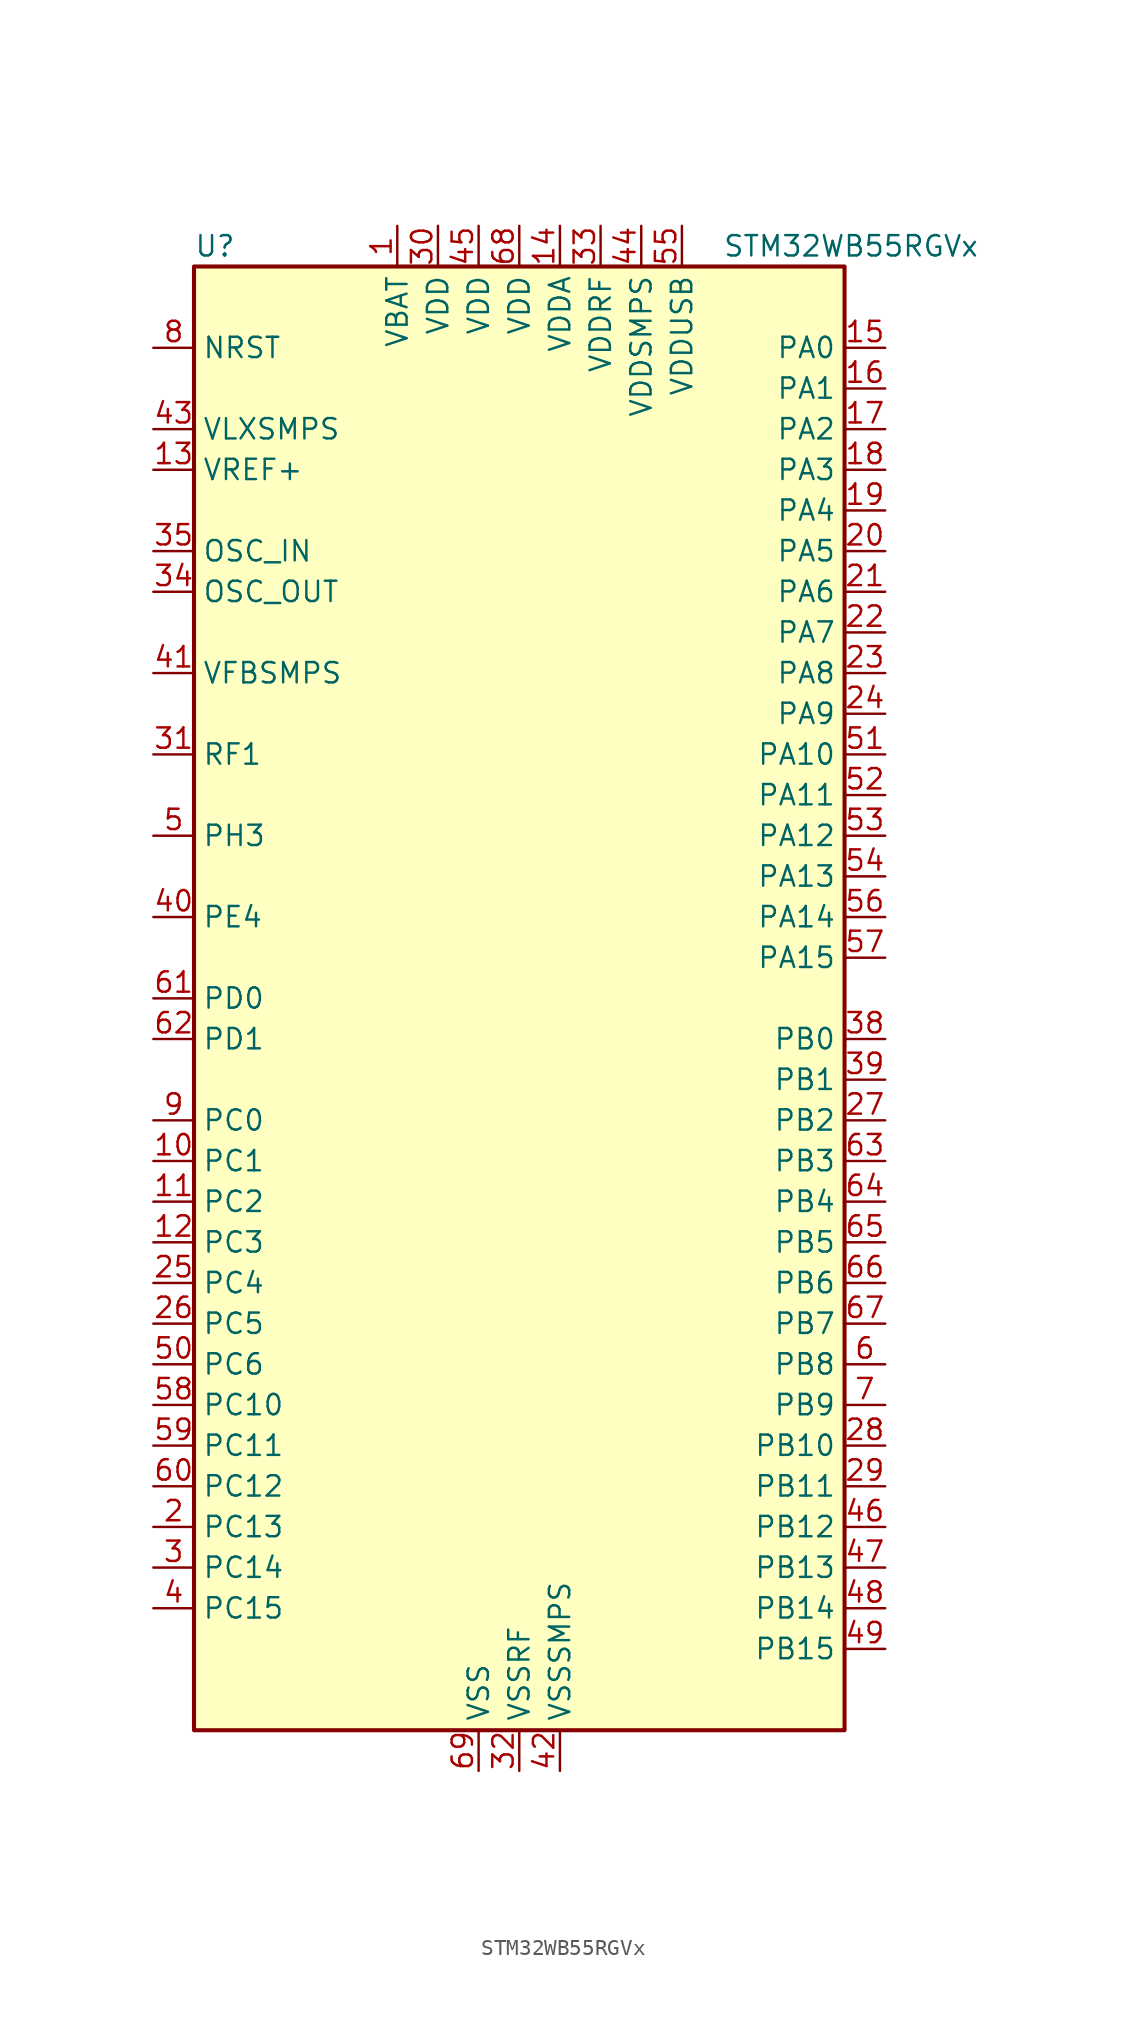
<source format=kicad_sym>
(kicad_symbol_lib
  (version 20231120)
  (generator "kicad-library-utils")
  (generator_version "8.0")
  (symbol "STM32WB55RGVx"
    (property "Reference" "U"
      (at -20.32 46.99 0)
      (effects (font (size 1.27 1.27)) (justify left)))
    (property "Value" "STM32WB55RGVx"
      (at 12.7 46.99 0)
      (effects (font (size 1.27 1.27)) (justify left)))
    (symbol "STM32WB55RGVx_0_1"
      (rectangle (start -20.32 -45.72) (end 20.32 45.72) (stroke (width 0.254) (type default)) (fill (type background))))
    (symbol "STM32WB55RGVx_1_1"
      (pin power_in line (at -7.62 48.26 270) (length 2.54) (name "VBAT" (effects (font (size 1.27 1.27)))) (number "1" (effects (font (size 1.27 1.27)))))
      (pin bidirectional line (at -22.86 -10.16 0) (length 2.54) (name "PC1" (effects (font (size 1.27 1.27)))) (number "10" (effects (font (size 1.27 1.27)))) (alternate "ADC1_IN2" bidirectional line) (alternate "I2C3_SDA" bidirectional line) (alternate "LCD_SEG19" bidirectional line) (alternate "LPTIM1_OUT" bidirectional line) (alternate "LPUART1_TX" bidirectional line) (alternate "SPI2_MOSI" bidirectional line))
      (pin bidirectional line (at -22.86 -12.7 0) (length 2.54) (name "PC2" (effects (font (size 1.27 1.27)))) (number "11" (effects (font (size 1.27 1.27)))) (alternate "ADC1_IN3" bidirectional line) (alternate "LCD_SEG20" bidirectional line) (alternate "LPTIM1_IN2" bidirectional line) (alternate "SPI2_MISO" bidirectional line))
      (pin bidirectional line (at -22.86 -15.24 0) (length 2.54) (name "PC3" (effects (font (size 1.27 1.27)))) (number "12" (effects (font (size 1.27 1.27)))) (alternate "ADC1_IN4" bidirectional line) (alternate "LCD_VLCD" bidirectional line) (alternate "LPTIM1_ETR" bidirectional line) (alternate "LPTIM2_ETR" bidirectional line) (alternate "SAI1_D1" bidirectional line) (alternate "SAI1_SD_A" bidirectional line) (alternate "SPI2_MOSI" bidirectional line))
      (pin input line (at -22.86 33.02 0) (length 2.54) (name "VREF+" (effects (font (size 1.27 1.27)))) (number "13" (effects (font (size 1.27 1.27)))) (alternate "VREFBUF_OUT" bidirectional line))
      (pin power_in line (at 2.54 48.26 270) (length 2.54) (name "VDDA" (effects (font (size 1.27 1.27)))) (number "14" (effects (font (size 1.27 1.27)))))
      (pin bidirectional line (at 22.86 40.64 180) (length 2.54) (name "PA0" (effects (font (size 1.27 1.27)))) (number "15" (effects (font (size 1.27 1.27)))) (alternate "ADC1_IN5" bidirectional line) (alternate "COMP1_INM" bidirectional line) (alternate "COMP1_OUT" bidirectional line) (alternate "RTC_TAMP2" bidirectional line) (alternate "SAI1_EXTCLK" bidirectional line) (alternate "SYS_WKUP1" bidirectional line) (alternate "TIM2_CH1" bidirectional line) (alternate "TIM2_ETR" bidirectional line))
      (pin bidirectional line (at 22.86 38.1 180) (length 2.54) (name "PA1" (effects (font (size 1.27 1.27)))) (number "16" (effects (font (size 1.27 1.27)))) (alternate "ADC1_IN6" bidirectional line) (alternate "COMP1_INP" bidirectional line) (alternate "I2C1_SMBA" bidirectional line) (alternate "LCD_SEG0" bidirectional line) (alternate "SPI1_SCK" bidirectional line) (alternate "TIM2_CH2" bidirectional line))
      (pin bidirectional line (at 22.86 35.56 180) (length 2.54) (name "PA2" (effects (font (size 1.27 1.27)))) (number "17" (effects (font (size 1.27 1.27)))) (alternate "ADC1_IN7" bidirectional line) (alternate "COMP2_INM" bidirectional line) (alternate "COMP2_OUT" bidirectional line) (alternate "LCD_SEG1" bidirectional line) (alternate "LPUART1_TX" bidirectional line) (alternate "QUADSPI_BK1_NCS" bidirectional line) (alternate "RCC_LSCO" bidirectional line) (alternate "SYS_WKUP4" bidirectional line) (alternate "TIM2_CH3" bidirectional line))
      (pin bidirectional line (at 22.86 33.02 180) (length 2.54) (name "PA3" (effects (font (size 1.27 1.27)))) (number "18" (effects (font (size 1.27 1.27)))) (alternate "ADC1_IN8" bidirectional line) (alternate "COMP2_INP" bidirectional line) (alternate "LCD_SEG2" bidirectional line) (alternate "LPUART1_RX" bidirectional line) (alternate "QUADSPI_CLK" bidirectional line) (alternate "SAI1_CK1" bidirectional line) (alternate "SAI1_MCLK_A" bidirectional line) (alternate "TIM2_CH4" bidirectional line))
      (pin bidirectional line (at 22.86 30.48 180) (length 2.54) (name "PA4" (effects (font (size 1.27 1.27)))) (number "19" (effects (font (size 1.27 1.27)))) (alternate "ADC1_IN9" bidirectional line) (alternate "COMP1_INM" bidirectional line) (alternate "COMP2_INM" bidirectional line) (alternate "LCD_SEG5" bidirectional line) (alternate "LPTIM2_OUT" bidirectional line) (alternate "SAI1_FS_B" bidirectional line) (alternate "SPI1_NSS" bidirectional line))
      (pin bidirectional line (at -22.86 -33.02 0) (length 2.54) (name "PC13" (effects (font (size 1.27 1.27)))) (number "2" (effects (font (size 1.27 1.27)))) (alternate "RTC_OUT1" bidirectional line) (alternate "RTC_TAMP1" bidirectional line) (alternate "RTC_TS" bidirectional line) (alternate "SYS_WKUP2" bidirectional line))
      (pin bidirectional line (at 22.86 27.94 180) (length 2.54) (name "PA5" (effects (font (size 1.27 1.27)))) (number "20" (effects (font (size 1.27 1.27)))) (alternate "ADC1_IN10" bidirectional line) (alternate "COMP1_INM" bidirectional line) (alternate "COMP2_INM" bidirectional line) (alternate "LPTIM2_ETR" bidirectional line) (alternate "SAI1_SD_B" bidirectional line) (alternate "SPI1_SCK" bidirectional line) (alternate "TIM2_CH1" bidirectional line) (alternate "TIM2_ETR" bidirectional line))
      (pin bidirectional line (at 22.86 25.4 180) (length 2.54) (name "PA6" (effects (font (size 1.27 1.27)))) (number "21" (effects (font (size 1.27 1.27)))) (alternate "ADC1_IN11" bidirectional line) (alternate "LCD_SEG3" bidirectional line) (alternate "LPUART1_CTS" bidirectional line) (alternate "QUADSPI_BK1_IO3" bidirectional line) (alternate "SPI1_MISO" bidirectional line) (alternate "TIM16_CH1" bidirectional line) (alternate "TIM1_BKIN" bidirectional line))
      (pin bidirectional line (at 22.86 22.86 180) (length 2.54) (name "PA7" (effects (font (size 1.27 1.27)))) (number "22" (effects (font (size 1.27 1.27)))) (alternate "ADC1_IN12" bidirectional line) (alternate "COMP2_OUT" bidirectional line) (alternate "I2C3_SCL" bidirectional line) (alternate "LCD_SEG4" bidirectional line) (alternate "QUADSPI_BK1_IO2" bidirectional line) (alternate "SPI1_MOSI" bidirectional line) (alternate "TIM17_CH1" bidirectional line) (alternate "TIM1_CH1N" bidirectional line))
      (pin bidirectional line (at 22.86 20.32 180) (length 2.54) (name "PA8" (effects (font (size 1.27 1.27)))) (number "23" (effects (font (size 1.27 1.27)))) (alternate "ADC1_IN15" bidirectional line) (alternate "LCD_COM0" bidirectional line) (alternate "LPTIM2_OUT" bidirectional line) (alternate "RCC_MCO" bidirectional line) (alternate "SAI1_CK2" bidirectional line) (alternate "SAI1_SCK_A" bidirectional line) (alternate "TIM1_CH1" bidirectional line) (alternate "USART1_CK" bidirectional line))
      (pin bidirectional line (at 22.86 17.78 180) (length 2.54) (name "PA9" (effects (font (size 1.27 1.27)))) (number "24" (effects (font (size 1.27 1.27)))) (alternate "ADC1_IN16" bidirectional line) (alternate "COMP1_INM" bidirectional line) (alternate "I2C1_SCL" bidirectional line) (alternate "LCD_COM1" bidirectional line) (alternate "SAI1_D2" bidirectional line) (alternate "SAI1_FS_A" bidirectional line) (alternate "SPI2_SCK" bidirectional line) (alternate "TIM1_CH2" bidirectional line) (alternate "USART1_TX" bidirectional line))
      (pin bidirectional line (at -22.86 -17.78 0) (length 2.54) (name "PC4" (effects (font (size 1.27 1.27)))) (number "25" (effects (font (size 1.27 1.27)))) (alternate "ADC1_IN13" bidirectional line) (alternate "COMP1_INM" bidirectional line) (alternate "LCD_SEG22" bidirectional line))
      (pin bidirectional line (at -22.86 -20.32 0) (length 2.54) (name "PC5" (effects (font (size 1.27 1.27)))) (number "26" (effects (font (size 1.27 1.27)))) (alternate "ADC1_IN14" bidirectional line) (alternate "COMP1_INP" bidirectional line) (alternate "LCD_SEG23" bidirectional line) (alternate "SAI1_D3" bidirectional line) (alternate "SYS_WKUP5" bidirectional line))
      (pin bidirectional line (at 22.86 -7.62 180) (length 2.54) (name "PB2" (effects (font (size 1.27 1.27)))) (number "27" (effects (font (size 1.27 1.27)))) (alternate "COMP1_INP" bidirectional line) (alternate "I2C3_SMBA" bidirectional line) (alternate "LCD_VLCD" bidirectional line) (alternate "LPTIM1_OUT" bidirectional line) (alternate "RTC_OUT2" bidirectional line) (alternate "SAI1_EXTCLK" bidirectional line) (alternate "SPI1_NSS" bidirectional line))
      (pin bidirectional line (at 22.86 -27.94 180) (length 2.54) (name "PB10" (effects (font (size 1.27 1.27)))) (number "28" (effects (font (size 1.27 1.27)))) (alternate "COMP1_OUT" bidirectional line) (alternate "I2C3_SCL" bidirectional line) (alternate "LCD_SEG10" bidirectional line) (alternate "LPUART1_RX" bidirectional line) (alternate "QUADSPI_CLK" bidirectional line) (alternate "SAI1_SCK_A" bidirectional line) (alternate "SPI2_SCK" bidirectional line) (alternate "TIM2_CH3" bidirectional line) (alternate "TSC_SYNC" bidirectional line))
      (pin bidirectional line (at 22.86 -30.48 180) (length 2.54) (name "PB11" (effects (font (size 1.27 1.27)))) (number "29" (effects (font (size 1.27 1.27)))) (alternate "ADC1_EXTI11" bidirectional line) (alternate "COMP2_OUT" bidirectional line) (alternate "I2C3_SDA" bidirectional line) (alternate "LCD_SEG11" bidirectional line) (alternate "LPUART1_TX" bidirectional line) (alternate "QUADSPI_BK1_NCS" bidirectional line) (alternate "TIM2_CH4" bidirectional line))
      (pin bidirectional line (at -22.86 -35.56 0) (length 2.54) (name "PC14" (effects (font (size 1.27 1.27)))) (number "3" (effects (font (size 1.27 1.27)))) (alternate "RCC_OSC32_IN" bidirectional line))
      (pin power_in line (at -5.08 48.26 270) (length 2.54) (name "VDD" (effects (font (size 1.27 1.27)))) (number "30" (effects (font (size 1.27 1.27)))))
      (pin bidirectional line (at -22.86 15.24 0) (length 2.54) (name "RF1" (effects (font (size 1.27 1.27)))) (number "31" (effects (font (size 1.27 1.27)))) (alternate "RF_RF1" bidirectional line))
      (pin power_in line (at 0 -48.26 90) (length 2.54) (name "VSSRF" (effects (font (size 1.27 1.27)))) (number "32" (effects (font (size 1.27 1.27)))))
      (pin power_in line (at 5.08 48.26 270) (length 2.54) (name "VDDRF" (effects (font (size 1.27 1.27)))) (number "33" (effects (font (size 1.27 1.27)))))
      (pin input line (at -22.86 25.4 0) (length 2.54) (name "OSC_OUT" (effects (font (size 1.27 1.27)))) (number "34" (effects (font (size 1.27 1.27)))) (alternate "RCC_OSC_OUT" bidirectional line))
      (pin input line (at -22.86 27.94 0) (length 2.54) (name "OSC_IN" (effects (font (size 1.27 1.27)))) (number "35" (effects (font (size 1.27 1.27)))) (alternate "RCC_OSC_IN" bidirectional line))
      (pin no_connect line (at -20.32 -45.72 0) (length 2.54) hide (name "AT0" (effects (font (size 1.27 1.27)))) (number "36" (effects (font (size 1.27 1.27)))))
      (pin no_connect line (at -20.32 -43.18 0) (length 2.54) hide (name "AT1" (effects (font (size 1.27 1.27)))) (number "37" (effects (font (size 1.27 1.27)))))
      (pin bidirectional line (at 22.86 -2.54 180) (length 2.54) (name "PB0" (effects (font (size 1.27 1.27)))) (number "38" (effects (font (size 1.27 1.27)))) (alternate "COMP1_OUT" bidirectional line) (alternate "RF_TX_MOD_EXT_PA" bidirectional line))
      (pin bidirectional line (at 22.86 -5.08 180) (length 2.54) (name "PB1" (effects (font (size 1.27 1.27)))) (number "39" (effects (font (size 1.27 1.27)))) (alternate "LPTIM2_IN1" bidirectional line) (alternate "LPUART1_DE" bidirectional line) (alternate "LPUART1_RTS" bidirectional line))
      (pin bidirectional line (at -22.86 -38.1 0) (length 2.54) (name "PC15" (effects (font (size 1.27 1.27)))) (number "4" (effects (font (size 1.27 1.27)))) (alternate "ADC1_EXTI15" bidirectional line) (alternate "RCC_OSC32_OUT" bidirectional line))
      (pin bidirectional line (at -22.86 5.08 0) (length 2.54) (name "PE4" (effects (font (size 1.27 1.27)))) (number "40" (effects (font (size 1.27 1.27)))))
      (pin input line (at -22.86 20.32 0) (length 2.54) (name "VFBSMPS" (effects (font (size 1.27 1.27)))) (number "41" (effects (font (size 1.27 1.27)))))
      (pin power_in line (at 2.54 -48.26 90) (length 2.54) (name "VSSSMPS" (effects (font (size 1.27 1.27)))) (number "42" (effects (font (size 1.27 1.27)))))
      (pin power_in line (at -22.86 35.56 0) (length 2.54) (name "VLXSMPS" (effects (font (size 1.27 1.27)))) (number "43" (effects (font (size 1.27 1.27)))))
      (pin power_in line (at 7.62 48.26 270) (length 2.54) (name "VDDSMPS" (effects (font (size 1.27 1.27)))) (number "44" (effects (font (size 1.27 1.27)))))
      (pin power_in line (at -2.54 48.26 270) (length 2.54) (name "VDD" (effects (font (size 1.27 1.27)))) (number "45" (effects (font (size 1.27 1.27)))))
      (pin bidirectional line (at 22.86 -33.02 180) (length 2.54) (name "PB12" (effects (font (size 1.27 1.27)))) (number "46" (effects (font (size 1.27 1.27)))) (alternate "I2C3_SMBA" bidirectional line) (alternate "LCD_SEG12" bidirectional line) (alternate "LPUART1_DE" bidirectional line) (alternate "LPUART1_RTS" bidirectional line) (alternate "SAI1_FS_A" bidirectional line) (alternate "SPI2_NSS" bidirectional line) (alternate "TIM1_BKIN" bidirectional line) (alternate "TSC_G1_IO1" bidirectional line))
      (pin bidirectional line (at 22.86 -35.56 180) (length 2.54) (name "PB13" (effects (font (size 1.27 1.27)))) (number "47" (effects (font (size 1.27 1.27)))) (alternate "I2C3_SCL" bidirectional line) (alternate "LCD_SEG13" bidirectional line) (alternate "LPUART1_CTS" bidirectional line) (alternate "SAI1_SCK_A" bidirectional line) (alternate "SPI2_SCK" bidirectional line) (alternate "TIM1_CH1N" bidirectional line) (alternate "TSC_G1_IO2" bidirectional line))
      (pin bidirectional line (at 22.86 -38.1 180) (length 2.54) (name "PB14" (effects (font (size 1.27 1.27)))) (number "48" (effects (font (size 1.27 1.27)))) (alternate "I2C3_SDA" bidirectional line) (alternate "LCD_SEG14" bidirectional line) (alternate "SAI1_MCLK_A" bidirectional line) (alternate "SPI2_MISO" bidirectional line) (alternate "TIM1_CH2N" bidirectional line) (alternate "TSC_G1_IO3" bidirectional line))
      (pin bidirectional line (at 22.86 -40.64 180) (length 2.54) (name "PB15" (effects (font (size 1.27 1.27)))) (number "49" (effects (font (size 1.27 1.27)))) (alternate "ADC1_EXTI15" bidirectional line) (alternate "LCD_SEG15" bidirectional line) (alternate "RTC_REFIN" bidirectional line) (alternate "SAI1_SD_A" bidirectional line) (alternate "SPI2_MOSI" bidirectional line) (alternate "TIM1_CH3N" bidirectional line) (alternate "TSC_G1_IO4" bidirectional line))
      (pin bidirectional line (at -22.86 10.16 0) (length 2.54) (name "PH3" (effects (font (size 1.27 1.27)))) (number "5" (effects (font (size 1.27 1.27)))) (alternate "RCC_LSCO" bidirectional line))
      (pin bidirectional line (at -22.86 -22.86 0) (length 2.54) (name "PC6" (effects (font (size 1.27 1.27)))) (number "50" (effects (font (size 1.27 1.27)))) (alternate "LCD_SEG24" bidirectional line))
      (pin bidirectional line (at 22.86 15.24 180) (length 2.54) (name "PA10" (effects (font (size 1.27 1.27)))) (number "51" (effects (font (size 1.27 1.27)))) (alternate "CRS_SYNC" bidirectional line) (alternate "I2C1_SDA" bidirectional line) (alternate "LCD_COM2" bidirectional line) (alternate "SAI1_D1" bidirectional line) (alternate "SAI1_SD_A" bidirectional line) (alternate "TIM17_BKIN" bidirectional line) (alternate "TIM1_CH3" bidirectional line) (alternate "USART1_RX" bidirectional line))
      (pin bidirectional line (at 22.86 12.7 180) (length 2.54) (name "PA11" (effects (font (size 1.27 1.27)))) (number "52" (effects (font (size 1.27 1.27)))) (alternate "ADC1_EXTI11" bidirectional line) (alternate "SPI1_MISO" bidirectional line) (alternate "TIM1_BKIN2" bidirectional line) (alternate "TIM1_CH4" bidirectional line) (alternate "USART1_CTS" bidirectional line) (alternate "USART1_NSS" bidirectional line) (alternate "USB_DM" bidirectional line))
      (pin bidirectional line (at 22.86 10.16 180) (length 2.54) (name "PA12" (effects (font (size 1.27 1.27)))) (number "53" (effects (font (size 1.27 1.27)))) (alternate "LPUART1_RX" bidirectional line) (alternate "SPI1_MOSI" bidirectional line) (alternate "TIM1_ETR" bidirectional line) (alternate "USART1_DE" bidirectional line) (alternate "USART1_RTS" bidirectional line) (alternate "USB_DP" bidirectional line))
      (pin bidirectional line (at 22.86 7.62 180) (length 2.54) (name "PA13" (effects (font (size 1.27 1.27)))) (number "54" (effects (font (size 1.27 1.27)))) (alternate "IR_OUT" bidirectional line) (alternate "SAI1_SD_B" bidirectional line) (alternate "SYS_JTMS-SWDIO" bidirectional line) (alternate "USB_NOE" bidirectional line))
      (pin power_in line (at 10.16 48.26 270) (length 2.54) (name "VDDUSB" (effects (font (size 1.27 1.27)))) (number "55" (effects (font (size 1.27 1.27)))))
      (pin bidirectional line (at 22.86 5.08 180) (length 2.54) (name "PA14" (effects (font (size 1.27 1.27)))) (number "56" (effects (font (size 1.27 1.27)))) (alternate "I2C1_SMBA" bidirectional line) (alternate "LCD_SEG5" bidirectional line) (alternate "LPTIM1_OUT" bidirectional line) (alternate "SAI1_FS_B" bidirectional line) (alternate "SYS_JTCK-SWCLK" bidirectional line))
      (pin bidirectional line (at 22.86 2.54 180) (length 2.54) (name "PA15" (effects (font (size 1.27 1.27)))) (number "57" (effects (font (size 1.27 1.27)))) (alternate "ADC1_EXTI15" bidirectional line) (alternate "LCD_SEG17" bidirectional line) (alternate "RCC_MCO" bidirectional line) (alternate "SPI1_NSS" bidirectional line) (alternate "SYS_JTDI" bidirectional line) (alternate "TIM2_CH1" bidirectional line) (alternate "TIM2_ETR" bidirectional line) (alternate "TSC_G3_IO1" bidirectional line))
      (pin bidirectional line (at -22.86 -25.4 0) (length 2.54) (name "PC10" (effects (font (size 1.27 1.27)))) (number "58" (effects (font (size 1.27 1.27)))) (alternate "LCD_COM4" bidirectional line) (alternate "LCD_SEG28" bidirectional line) (alternate "LCD_SEG40" bidirectional line) (alternate "SYS_TRACED1" bidirectional line) (alternate "TSC_G3_IO2" bidirectional line))
      (pin bidirectional line (at -22.86 -27.94 0) (length 2.54) (name "PC11" (effects (font (size 1.27 1.27)))) (number "59" (effects (font (size 1.27 1.27)))) (alternate "ADC1_EXTI11" bidirectional line) (alternate "LCD_COM5" bidirectional line) (alternate "LCD_SEG29" bidirectional line) (alternate "LCD_SEG41" bidirectional line) (alternate "TSC_G3_IO3" bidirectional line))
      (pin bidirectional line (at 22.86 -22.86 180) (length 2.54) (name "PB8" (effects (font (size 1.27 1.27)))) (number "6" (effects (font (size 1.27 1.27)))) (alternate "I2C1_SCL" bidirectional line) (alternate "LCD_SEG16" bidirectional line) (alternate "QUADSPI_BK1_IO1" bidirectional line) (alternate "SAI1_CK1" bidirectional line) (alternate "SAI1_MCLK_A" bidirectional line) (alternate "TIM16_CH1" bidirectional line) (alternate "TIM1_CH2N" bidirectional line))
      (pin bidirectional line (at -22.86 -30.48 0) (length 2.54) (name "PC12" (effects (font (size 1.27 1.27)))) (number "60" (effects (font (size 1.27 1.27)))) (alternate "LCD_COM6" bidirectional line) (alternate "LCD_SEG30" bidirectional line) (alternate "LCD_SEG42" bidirectional line) (alternate "RCC_LSCO" bidirectional line) (alternate "RTC_TAMP3" bidirectional line) (alternate "SYS_TRACED3" bidirectional line) (alternate "SYS_WKUP3" bidirectional line) (alternate "TSC_G3_IO4" bidirectional line))
      (pin bidirectional line (at -22.86 0 0) (length 2.54) (name "PD0" (effects (font (size 1.27 1.27)))) (number "61" (effects (font (size 1.27 1.27)))) (alternate "SPI2_NSS" bidirectional line))
      (pin bidirectional line (at -22.86 -2.54 0) (length 2.54) (name "PD1" (effects (font (size 1.27 1.27)))) (number "62" (effects (font (size 1.27 1.27)))) (alternate "SPI2_SCK" bidirectional line))
      (pin bidirectional line (at 22.86 -10.16 180) (length 2.54) (name "PB3" (effects (font (size 1.27 1.27)))) (number "63" (effects (font (size 1.27 1.27)))) (alternate "COMP2_INM" bidirectional line) (alternate "LCD_SEG7" bidirectional line) (alternate "SAI1_SCK_B" bidirectional line) (alternate "SPI1_SCK" bidirectional line) (alternate "SYS_JTDO-SWO" bidirectional line) (alternate "TIM2_CH2" bidirectional line) (alternate "USART1_DE" bidirectional line) (alternate "USART1_RTS" bidirectional line))
      (pin bidirectional line (at 22.86 -12.7 180) (length 2.54) (name "PB4" (effects (font (size 1.27 1.27)))) (number "64" (effects (font (size 1.27 1.27)))) (alternate "COMP2_INP" bidirectional line) (alternate "I2C3_SDA" bidirectional line) (alternate "LCD_SEG8" bidirectional line) (alternate "SAI1_MCLK_B" bidirectional line) (alternate "SPI1_MISO" bidirectional line) (alternate "SYS_JTRST" bidirectional line) (alternate "TIM17_BKIN" bidirectional line) (alternate "TSC_G2_IO1" bidirectional line) (alternate "USART1_CTS" bidirectional line) (alternate "USART1_NSS" bidirectional line))
      (pin bidirectional line (at 22.86 -15.24 180) (length 2.54) (name "PB5" (effects (font (size 1.27 1.27)))) (number "65" (effects (font (size 1.27 1.27)))) (alternate "COMP2_OUT" bidirectional line) (alternate "I2C1_SMBA" bidirectional line) (alternate "LCD_SEG9" bidirectional line) (alternate "LPTIM1_IN1" bidirectional line) (alternate "LPUART1_TX" bidirectional line) (alternate "SAI1_SD_B" bidirectional line) (alternate "SPI1_MOSI" bidirectional line) (alternate "TIM16_BKIN" bidirectional line) (alternate "TSC_G2_IO2" bidirectional line) (alternate "USART1_CK" bidirectional line))
      (pin bidirectional line (at 22.86 -17.78 180) (length 2.54) (name "PB6" (effects (font (size 1.27 1.27)))) (number "66" (effects (font (size 1.27 1.27)))) (alternate "COMP2_INP" bidirectional line) (alternate "I2C1_SCL" bidirectional line) (alternate "LCD_SEG6" bidirectional line) (alternate "LPTIM1_ETR" bidirectional line) (alternate "RCC_MCO" bidirectional line) (alternate "SAI1_FS_B" bidirectional line) (alternate "TIM16_CH1N" bidirectional line) (alternate "TSC_G2_IO3" bidirectional line) (alternate "USART1_TX" bidirectional line))
      (pin bidirectional line (at 22.86 -20.32 180) (length 2.54) (name "PB7" (effects (font (size 1.27 1.27)))) (number "67" (effects (font (size 1.27 1.27)))) (alternate "COMP2_INM" bidirectional line) (alternate "I2C1_SDA" bidirectional line) (alternate "LCD_SEG21" bidirectional line) (alternate "LPTIM1_IN2" bidirectional line) (alternate "SYS_PVD_IN" bidirectional line) (alternate "TIM17_CH1N" bidirectional line) (alternate "TIM1_BKIN" bidirectional line) (alternate "TSC_G2_IO4" bidirectional line) (alternate "USART1_RX" bidirectional line))
      (pin power_in line (at 0 48.26 270) (length 2.54) (name "VDD" (effects (font (size 1.27 1.27)))) (number "68" (effects (font (size 1.27 1.27)))))
      (pin power_in line (at -2.54 -48.26 90) (length 2.54) (name "VSS" (effects (font (size 1.27 1.27)))) (number "69" (effects (font (size 1.27 1.27)))))
      (pin bidirectional line (at 22.86 -25.4 180) (length 2.54) (name "PB9" (effects (font (size 1.27 1.27)))) (number "7" (effects (font (size 1.27 1.27)))) (alternate "I2C1_SDA" bidirectional line) (alternate "IR_OUT" bidirectional line) (alternate "LCD_COM3" bidirectional line) (alternate "QUADSPI_BK1_IO0" bidirectional line) (alternate "SAI1_D2" bidirectional line) (alternate "SAI1_FS_A" bidirectional line) (alternate "SPI2_NSS" bidirectional line) (alternate "TIM17_CH1" bidirectional line) (alternate "TIM1_CH3N" bidirectional line))
      (pin input line (at -22.86 40.64 0) (length 2.54) (name "NRST" (effects (font (size 1.27 1.27)))) (number "8" (effects (font (size 1.27 1.27)))))
      (pin bidirectional line (at -22.86 -7.62 0) (length 2.54) (name "PC0" (effects (font (size 1.27 1.27)))) (number "9" (effects (font (size 1.27 1.27)))) (alternate "ADC1_IN1" bidirectional line) (alternate "I2C3_SCL" bidirectional line) (alternate "LCD_SEG18" bidirectional line) (alternate "LPTIM1_IN1" bidirectional line) (alternate "LPTIM2_IN1" bidirectional line) (alternate "LPUART1_RX" bidirectional line)))))
</source>
